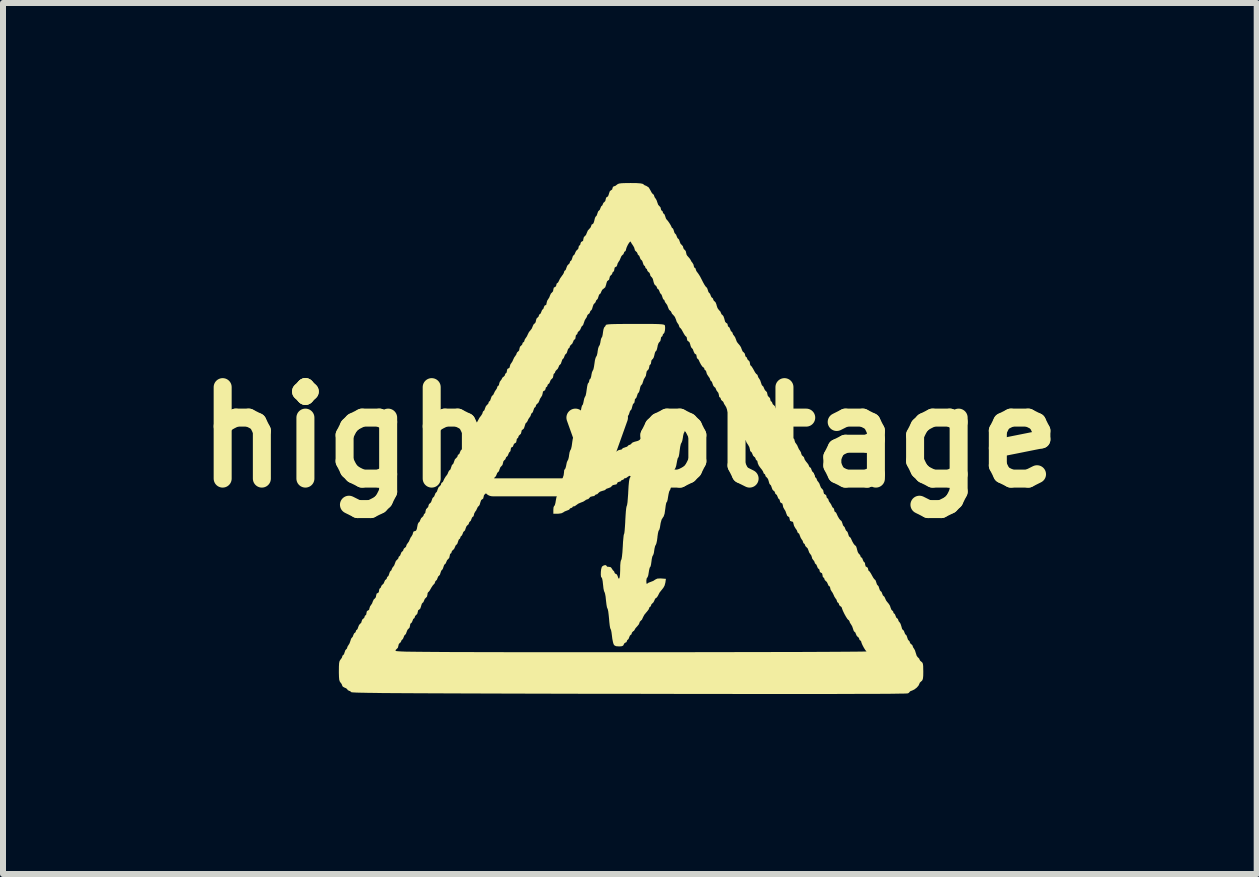
<source format=kicad_pcb>
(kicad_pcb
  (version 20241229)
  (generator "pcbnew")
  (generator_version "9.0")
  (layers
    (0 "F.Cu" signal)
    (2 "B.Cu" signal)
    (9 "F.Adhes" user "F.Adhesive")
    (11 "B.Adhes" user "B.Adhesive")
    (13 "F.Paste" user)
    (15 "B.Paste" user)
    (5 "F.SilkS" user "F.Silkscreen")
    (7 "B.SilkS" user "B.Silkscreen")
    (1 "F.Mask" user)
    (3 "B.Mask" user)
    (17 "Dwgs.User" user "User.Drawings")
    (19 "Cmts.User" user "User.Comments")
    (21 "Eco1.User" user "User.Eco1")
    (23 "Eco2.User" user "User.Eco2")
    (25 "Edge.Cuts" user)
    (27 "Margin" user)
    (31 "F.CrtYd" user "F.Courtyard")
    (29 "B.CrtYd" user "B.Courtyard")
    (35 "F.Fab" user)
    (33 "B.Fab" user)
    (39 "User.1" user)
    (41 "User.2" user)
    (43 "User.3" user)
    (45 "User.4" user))
  (footprint "high_voltage"
    (layer "F.Cu")
    (at 7.446 4.236)
    (property "Reference" "high_voltage" (at 0 0 0) (layer "F.SilkS") (effects (font (size 1.524 1.524) (thickness 0.3))))
    (attr board_only exclude_from_pos_files exclude_from_bom)
    (fp_poly (pts (xy 0.226 -1.888) (xy 0.336 -1.888) (xy 0.421 -1.887) (xy 0.483 -1.885) (xy 0.527 -1.882) (xy 0.556 -1.878) (xy 0.573 -1.873) (xy 0.581 -1.867) (xy 0.585 -1.859) (xy 0.588 -1.822) (xy 0.585 -1.78) (xy 0.576 -1.744) (xy 0.565 -1.727) (xy 0.563 -1.727) (xy 0.55 -1.714) (xy 0.549 -1.702) (xy 0.54 -1.681) (xy 0.533 -1.678) (xy 0.52 -1.664) (xy 0.516 -1.637) (xy 0.508 -1.603) (xy 0.494 -1.588) (xy 0.478 -1.568) (xy 0.464 -1.528) (xy 0.461 -1.508) (xy 0.451 -1.465) (xy 0.44 -1.439) (xy 0.435 -1.436) (xy 0.423 -1.422) (xy 0.412 -1.386) (xy 0.41 -1.373) (xy 0.398 -1.33) (xy 0.382 -1.303) (xy 0.377 -1.301) (xy 0.36 -1.28) (xy 0.355 -1.251) (xy 0.35 -1.221) (xy 0.339 -1.21) (xy 0.327 -1.196) (xy 0.323 -1.169) (xy 0.314 -1.135) (xy 0.299 -1.119) (xy 0.281 -1.098) (xy 0.274 -1.064) (xy 0.267 -1.023) (xy 0.252 -0.997) (xy 0.233 -0.966) (xy 0.219 -0.923) (xy 0.207 -0.888) (xy 0.194 -0.872) (xy 0.193 -0.871) (xy 0.181 -0.857) (xy 0.17 -0.822) (xy 0.168 -0.807) (xy 0.158 -0.767) (xy 0.148 -0.744) (xy 0.144 -0.742) (xy 0.132 -0.728) (xy 0.121 -0.695) (xy 0.121 -0.694) (xy 0.109 -0.66) (xy 0.096 -0.645) (xy 0.096 -0.645) (xy 0.084 -0.632) (xy 0.081 -0.605) (xy 0.075 -0.575) (xy 0.065 -0.565) (xy 0.052 -0.551) (xy 0.041 -0.516) (xy 0.039 -0.508) (xy 0.029 -0.471) (xy 0.018 -0.452) (xy 0.016 -0.452) (xy 0.003 -0.438) (xy -0.008 -0.404) (xy -0.008 -0.403) (xy -0.02 -0.37) (xy -0.033 -0.355) (xy -0.034 -0.355) (xy -0.045 -0.341) (xy -0.048 -0.316) (xy -0.058 -0.275) (xy -0.073 -0.252) (xy -0.091 -0.218) (xy -0.097 -0.186) (xy -0.104 -0.152) (xy -0.119 -0.136) (xy -0.136 -0.116) (xy -0.149 -0.076) (xy -0.152 -0.062) (xy -0.164 -0.014) (xy -0.182 0.022) (xy -0.186 0.027) (xy -0.206 0.061) (xy -0.21 0.082) (xy -0.216 0.107) (xy -0.225 0.113) (xy -0.238 0.127) (xy -0.249 0.162) (xy -0.252 0.173) (xy -0.263 0.216) (xy -0.278 0.243) (xy -0.281 0.246) (xy -0.285 0.256) (xy -0.271 0.258) (xy -0.238 0.247) (xy -0.22 0.234) (xy -0.185 0.214) (xy -0.163 0.21) (xy -0.136 0.204) (xy -0.129 0.195) (xy -0.115 0.181) (xy -0.082 0.17) (xy -0.081 0.169) (xy -0.047 0.158) (xy -0.032 0.144) (xy -0.032 0.144) (xy -0.019 0.131) (xy -0.008 0.129) (xy 0.019 0.116) (xy 0.026 0.105) (xy 0.047 0.087) (xy 0.087 0.073) (xy 0.098 0.071) (xy 0.139 0.059) (xy 0.166 0.042) (xy 0.168 0.038) (xy 0.189 0.021) (xy 0.217 0.016) (xy 0.248 0.011) (xy 0.258 0.000308) (xy 0.272 -0.015) (xy 0.299 -0.026) (xy 0.329 -0.038) (xy 0.339 -0.05) (xy 0.352 -0.063) (xy 0.364 -0.065) (xy 0.391 -0.078) (xy 0.398 -0.089) (xy 0.419 -0.107) (xy 0.446 -0.113) (xy 0.48 -0.122) (xy 0.494 -0.137) (xy 0.516 -0.156) (xy 0.541 -0.161) (xy 0.575 -0.168) (xy 0.589 -0.178) (xy 0.607 -0.188) (xy 0.613 -0.186) (xy 0.629 -0.191) (xy 0.635 -0.202) (xy 0.657 -0.223) (xy 0.669 -0.226) (xy 0.691 -0.234) (xy 0.694 -0.24) (xy 0.708 -0.252) (xy 0.743 -0.264) (xy 0.75 -0.265) (xy 0.788 -0.276) (xy 0.806 -0.289) (xy 0.807 -0.291) (xy 0.821 -0.301) (xy 0.857 -0.306) (xy 0.874 -0.307) (xy 0.94 -0.307) (xy 0.932 -0.2) (xy 0.925 -0.144) (xy 0.916 -0.102) (xy 0.908 -0.083) (xy 0.897 -0.062) (xy 0.887 -0.02) (xy 0.884 0.006) (xy 0.875 0.054) (xy 0.864 0.087) (xy 0.858 0.095) (xy 0.849 0.115) (xy 0.839 0.158) (xy 0.831 0.216) (xy 0.83 0.222) (xy 0.823 0.279) (xy 0.815 0.32) (xy 0.807 0.339) (xy 0.806 0.339) (xy 0.797 0.353) (xy 0.788 0.391) (xy 0.782 0.424) (xy 0.773 0.473) (xy 0.762 0.508) (xy 0.756 0.518) (xy 0.746 0.538) (xy 0.736 0.58) (xy 0.731 0.619) (xy 0.724 0.668) (xy 0.716 0.701) (xy 0.71 0.71) (xy 0.702 0.725) (xy 0.694 0.762) (xy 0.69 0.792) (xy 0.683 0.841) (xy 0.672 0.876) (xy 0.666 0.885) (xy 0.655 0.906) (xy 0.645 0.948) (xy 0.638 0.988) (xy 0.63 1.038) (xy 0.621 1.072) (xy 0.614 1.081) (xy 0.606 1.096) (xy 0.598 1.135) (xy 0.591 1.19) (xy 0.59 1.197) (xy 0.579 1.274) (xy 0.563 1.321) (xy 0.55 1.339) (xy 0.529 1.373) (xy 0.513 1.431) (xy 0.509 1.456) (xy 0.501 1.506) (xy 0.492 1.54) (xy 0.485 1.549) (xy 0.477 1.564) (xy 0.468 1.603) (xy 0.46 1.658) (xy 0.46 1.666) (xy 0.452 1.725) (xy 0.442 1.77) (xy 0.433 1.793) (xy 0.432 1.793) (xy 0.421 1.814) (xy 0.411 1.856) (xy 0.407 1.882) (xy 0.4 1.93) (xy 0.389 1.963) (xy 0.384 1.97) (xy 0.374 1.99) (xy 0.365 2.032) (xy 0.36 2.071) (xy 0.353 2.12) (xy 0.345 2.154) (xy 0.338 2.162) (xy 0.33 2.177) (xy 0.321 2.214) (xy 0.315 2.251) (xy 0.307 2.3) (xy 0.296 2.332) (xy 0.289 2.34) (xy 0.28 2.354) (xy 0.275 2.389) (xy 0.275 2.4) (xy 0.277 2.434) (xy 0.284 2.445) (xy 0.287 2.442) (xy 0.31 2.425) (xy 0.347 2.411) (xy 0.391 2.394) (xy 0.422 2.373) (xy 0.457 2.356) (xy 0.513 2.353) (xy 0.525 2.354) (xy 0.601 2.36) (xy 0.592 2.423) (xy 0.579 2.472) (xy 0.558 2.51) (xy 0.554 2.515) (xy 0.495 2.589) (xy 0.468 2.642) (xy 0.45 2.67) (xy 0.436 2.679) (xy 0.421 2.692) (xy 0.41 2.718) (xy 0.394 2.751) (xy 0.378 2.766) (xy 0.357 2.788) (xy 0.355 2.799) (xy 0.346 2.821) (xy 0.339 2.824) (xy 0.324 2.837) (xy 0.323 2.847) (xy 0.312 2.872) (xy 0.285 2.907) (xy 0.275 2.918) (xy 0.242 2.958) (xy 0.22 2.999) (xy 0.217 3.006) (xy 0.201 3.041) (xy 0.184 3.056) (xy 0.164 3.078) (xy 0.161 3.091) (xy 0.15 3.118) (xy 0.123 3.151) (xy 0.121 3.153) (xy 0.094 3.183) (xy 0.081 3.206) (xy 0.081 3.207) (xy 0.068 3.227) (xy 0.056 3.233) (xy 0.035 3.255) (xy 0.032 3.267) (xy 0.024 3.289) (xy 0.016 3.292) (xy 0.001 3.306) (xy -0.01 3.332) (xy -0.022 3.363) (xy -0.034 3.373) (xy -0.047 3.386) (xy -0.048 3.397) (xy -0.06 3.418) (xy -0.071 3.421) (xy -0.092 3.435) (xy -0.101 3.453) (xy -0.113 3.474) (xy -0.141 3.484) (xy -0.181 3.486) (xy -0.23 3.482) (xy -0.257 3.469) (xy -0.271 3.449) (xy -0.281 3.415) (xy -0.292 3.36) (xy -0.299 3.304) (xy -0.306 3.25) (xy -0.314 3.211) (xy -0.322 3.195) (xy -0.322 3.195) (xy -0.328 3.18) (xy -0.335 3.14) (xy -0.342 3.08) (xy -0.346 3.03) (xy -0.353 2.96) (xy -0.36 2.903) (xy -0.368 2.866) (xy -0.373 2.855) (xy -0.381 2.836) (xy -0.389 2.793) (xy -0.396 2.734) (xy -0.398 2.718) (xy -0.404 2.657) (xy -0.413 2.609) (xy -0.421 2.583) (xy -0.423 2.581) (xy -0.431 2.561) (xy -0.44 2.518) (xy -0.446 2.461) (xy -0.447 2.455) (xy -0.453 2.399) (xy -0.461 2.358) (xy -0.469 2.34) (xy -0.47 2.34) (xy -0.48 2.326) (xy -0.484 2.291) (xy -0.483 2.245) (xy -0.478 2.199) (xy -0.468 2.164) (xy -0.461 2.153) (xy -0.432 2.135) (xy -0.403 2.131) (xy -0.388 2.143) (xy -0.387 2.147) (xy -0.374 2.159) (xy -0.351 2.159) (xy -0.316 2.167) (xy -0.299 2.191) (xy -0.282 2.218) (xy -0.271 2.227) (xy -0.26 2.24) (xy -0.258 2.251) (xy -0.246 2.273) (xy -0.236 2.275) (xy -0.215 2.289) (xy -0.203 2.316) (xy -0.191 2.351) (xy -0.179 2.357) (xy -0.17 2.334) (xy -0.164 2.286) (xy -0.161 2.214) (xy -0.161 2.204) (xy -0.16 2.133) (xy -0.155 2.079) (xy -0.148 2.05) (xy -0.145 2.047) (xy -0.138 2.029) (xy -0.131 1.985) (xy -0.124 1.919) (xy -0.119 1.838) (xy -0.118 1.827) (xy -0.114 1.749) (xy -0.108 1.683) (xy -0.103 1.636) (xy -0.098 1.615) (xy -0.097 1.614) (xy -0.092 1.599) (xy -0.087 1.557) (xy -0.082 1.494) (xy -0.077 1.417) (xy -0.076 1.385) (xy -0.071 1.303) (xy -0.066 1.232) (xy -0.06 1.179) (xy -0.054 1.15) (xy -0.052 1.147) (xy -0.046 1.128) (xy -0.039 1.084) (xy -0.034 1.019) (xy -0.028 0.94) (xy -0.027 0.913) (xy -0.021 0.812) (xy -0.014 0.738) (xy -0.006 0.692) (xy 0.001 0.677) (xy 0.012 0.656) (xy 0.009 0.647) (xy -0.009 0.643) (xy -0.036 0.661) (xy -0.064 0.681) (xy -0.083 0.684) (xy -0.096 0.688) (xy -0.097 0.693) (xy -0.11 0.708) (xy -0.121 0.71) (xy -0.143 0.719) (xy -0.145 0.726) (xy -0.159 0.739) (xy -0.178 0.742) (xy -0.204 0.752) (xy -0.21 0.767) (xy -0.224 0.786) (xy -0.251 0.791) (xy -0.285 0.799) (xy -0.3 0.814) (xy -0.321 0.834) (xy -0.356 0.848) (xy -0.39 0.859) (xy -0.403 0.871) (xy -0.417 0.882) (xy -0.452 0.893) (xy -0.458 0.894) (xy -0.498 0.908) (xy -0.521 0.926) (xy -0.522 0.928) (xy -0.544 0.95) (xy -0.556 0.952) (xy -0.578 0.961) (xy -0.581 0.968) (xy -0.595 0.98) (xy -0.622 0.984) (xy -0.656 0.993) (xy -0.672 1.009) (xy -0.692 1.03) (xy -0.703 1.033) (xy -0.731 1.043) (xy -0.745 1.054) (xy -0.777 1.074) (xy -0.812 1.087) (xy -0.859 1.107) (xy -0.891 1.13) (xy -0.92 1.15) (xy -0.938 1.152) (xy -0.951 1.156) (xy -0.952 1.161) (xy -0.965 1.176) (xy -0.976 1.178) (xy -0.998 1.187) (xy -1.001 1.194) (xy -1.014 1.209) (xy -1.045 1.221) (xy -1.086 1.237) (xy -1.11 1.253) (xy -1.139 1.267) (xy -1.185 1.274) (xy -1.203 1.275) (xy -1.275 1.275) (xy -1.275 1.21) (xy -1.272 1.17) (xy -1.263 1.147) (xy -1.26 1.146) (xy -1.25 1.131) (xy -1.24 1.094) (xy -1.234 1.057) (xy -1.225 1.008) (xy -1.215 0.976) (xy -1.208 0.968) (xy -1.198 0.954) (xy -1.194 0.92) (xy -1.194 0.92) (xy -1.19 0.886) (xy -1.179 0.871) (xy -1.179 0.871) (xy -1.168 0.857) (xy -1.157 0.82) (xy -1.153 0.796) (xy -1.141 0.741) (xy -1.125 0.692) (xy -1.119 0.679) (xy -1.103 0.632) (xy -1.097 0.585) (xy -1.094 0.549) (xy -1.084 0.533) (xy -1.083 0.533) (xy -1.073 0.518) (xy -1.063 0.482) (xy -1.06 0.466) (xy -1.051 0.422) (xy -1.04 0.393) (xy -1.036 0.389) (xy -1.026 0.368) (xy -1.016 0.327) (xy -1.013 0.301) (xy -1.005 0.253) (xy -0.994 0.22) (xy -0.988 0.212) (xy -0.979 0.192) (xy -0.969 0.149) (xy -0.961 0.092) (xy -0.961 0.09) (xy -0.952 0.031) (xy -0.939 -0.018) (xy -0.926 -0.044) (xy -0.911 -0.075) (xy -0.904 -0.12) (xy -0.904 -0.121) (xy -0.899 -0.159) (xy -0.887 -0.18) (xy -0.886 -0.181) (xy -0.874 -0.199) (xy -0.864 -0.239) (xy -0.859 -0.271) (xy -0.853 -0.318) (xy -0.844 -0.349) (xy -0.839 -0.355) (xy -0.83 -0.37) (xy -0.821 -0.407) (xy -0.816 -0.444) (xy -0.807 -0.492) (xy -0.798 -0.525) (xy -0.792 -0.533) (xy -0.782 -0.547) (xy -0.773 -0.583) (xy -0.77 -0.599) (xy -0.761 -0.643) (xy -0.749 -0.672) (xy -0.746 -0.676) (xy -0.736 -0.696) (xy -0.727 -0.739) (xy -0.719 -0.795) (xy -0.711 -0.849) (xy -0.702 -0.888) (xy -0.693 -0.904) (xy -0.693 -0.904) (xy -0.681 -0.917) (xy -0.678 -0.936) (xy -0.672 -0.962) (xy -0.664 -0.968) (xy -0.653 -0.983) (xy -0.643 -1.018) (xy -0.641 -1.035) (xy -0.632 -1.079) (xy -0.62 -1.108) (xy -0.617 -1.112) (xy -0.607 -1.132) (xy -0.598 -1.174) (xy -0.59 -1.226) (xy -0.582 -1.282) (xy -0.571 -1.323) (xy -0.562 -1.341) (xy -0.55 -1.362) (xy -0.54 -1.404) (xy -0.537 -1.43) (xy -0.529 -1.478) (xy -0.518 -1.511) (xy -0.513 -1.519) (xy -0.501 -1.539) (xy -0.491 -1.58) (xy -0.489 -1.595) (xy -0.481 -1.636) (xy -0.471 -1.66) (xy -0.468 -1.662) (xy -0.46 -1.677) (xy -0.452 -1.714) (xy -0.448 -1.746) (xy -0.44 -1.795) (xy -0.429 -1.828) (xy -0.422 -1.836) (xy -0.405 -1.855) (xy -0.403 -1.865) (xy -0.399 -1.872) (xy -0.384 -1.877) (xy -0.355 -1.881) (xy -0.31 -1.884) (xy -0.244 -1.886) (xy -0.155 -1.887) (xy -0.039 -1.888) (xy 0.087 -1.888)) (stroke (width 0) (type solid)) (fill yes) (layer "F.SilkS"))
    (fp_poly (pts (xy 0.11 -4.235) (xy 0.178 -4.23) (xy 0.215 -4.222) (xy 0.223 -4.217) (xy 0.246 -4.199) (xy 0.275 -4.188) (xy 0.315 -4.162) (xy 0.343 -4.114) (xy 0.364 -4.075) (xy 0.382 -4.053) (xy 0.387 -4.05) (xy 0.402 -4.037) (xy 0.403 -4.027) (xy 0.414 -3.997) (xy 0.426 -3.982) (xy 0.445 -3.951) (xy 0.459 -3.91) (xy 0.473 -3.872) (xy 0.493 -3.851) (xy 0.493 -3.851) (xy 0.512 -3.829) (xy 0.516 -3.809) (xy 0.523 -3.782) (xy 0.533 -3.776) (xy 0.547 -3.763) (xy 0.549 -3.752) (xy 0.556 -3.73) (xy 0.563 -3.728) (xy 0.577 -3.714) (xy 0.589 -3.683) (xy 0.6 -3.648) (xy 0.61 -3.631) (xy 0.63 -3.609) (xy 0.656 -3.573) (xy 0.679 -3.536) (xy 0.693 -3.508) (xy 0.694 -3.502) (xy 0.705 -3.486) (xy 0.709 -3.486) (xy 0.722 -3.472) (xy 0.734 -3.438) (xy 0.734 -3.437) (xy 0.745 -3.403) (xy 0.758 -3.389) (xy 0.758 -3.389) (xy 0.771 -3.375) (xy 0.781 -3.348) (xy 0.794 -3.318) (xy 0.806 -3.308) (xy 0.819 -3.294) (xy 0.831 -3.261) (xy 0.845 -3.224) (xy 0.864 -3.205) (xy 0.884 -3.183) (xy 0.888 -3.165) (xy 0.899 -3.135) (xy 0.912 -3.125) (xy 0.931 -3.103) (xy 0.936 -3.082) (xy 0.945 -3.043) (xy 0.956 -3.025) (xy 0.995 -2.981) (xy 1.013 -2.954) (xy 1.017 -2.945) (xy 1.027 -2.926) (xy 1.041 -2.91) (xy 1.061 -2.876) (xy 1.065 -2.855) (xy 1.072 -2.83) (xy 1.081 -2.824) (xy 1.096 -2.811) (xy 1.097 -2.801) (xy 1.108 -2.77) (xy 1.118 -2.756) (xy 1.142 -2.724) (xy 1.17 -2.68) (xy 1.203 -2.616) (xy 1.218 -2.586) (xy 1.243 -2.541) (xy 1.264 -2.51) (xy 1.274 -2.501) (xy 1.287 -2.487) (xy 1.299 -2.454) (xy 1.299 -2.453) (xy 1.31 -2.419) (xy 1.323 -2.404) (xy 1.323 -2.404) (xy 1.336 -2.391) (xy 1.346 -2.364) (xy 1.359 -2.334) (xy 1.372 -2.324) (xy 1.386 -2.311) (xy 1.388 -2.299) (xy 1.401 -2.272) (xy 1.412 -2.265) (xy 1.43 -2.245) (xy 1.445 -2.205) (xy 1.446 -2.197) (xy 1.461 -2.152) (xy 1.484 -2.12) (xy 1.487 -2.117) (xy 1.511 -2.091) (xy 1.517 -2.072) (xy 1.53 -2.046) (xy 1.541 -2.039) (xy 1.559 -2.018) (xy 1.573 -1.979) (xy 1.576 -1.967) (xy 1.588 -1.924) (xy 1.605 -1.905) (xy 1.608 -1.904) (xy 1.626 -1.891) (xy 1.63 -1.872) (xy 1.636 -1.846) (xy 1.646 -1.84) (xy 1.661 -1.826) (xy 1.672 -1.799) (xy 1.684 -1.769) (xy 1.696 -1.759) (xy 1.709 -1.746) (xy 1.711 -1.737) (xy 1.722 -1.708) (xy 1.733 -1.696) (xy 1.754 -1.666) (xy 1.766 -1.635) (xy 1.781 -1.595) (xy 1.796 -1.572) (xy 1.832 -1.53) (xy 1.852 -1.499) (xy 1.863 -1.468) (xy 1.865 -1.463) (xy 1.88 -1.429) (xy 1.898 -1.414) (xy 1.916 -1.392) (xy 1.92 -1.372) (xy 1.927 -1.346) (xy 1.936 -1.339) (xy 1.951 -1.326) (xy 1.953 -1.315) (xy 1.966 -1.288) (xy 1.977 -1.281) (xy 1.996 -1.259) (xy 2.001 -1.233) (xy 2.006 -1.203) (xy 2.014 -1.194) (xy 2.028 -1.181) (xy 2.05 -1.147) (xy 2.064 -1.122) (xy 2.087 -1.08) (xy 2.107 -1.054) (xy 2.115 -1.049) (xy 2.129 -1.036) (xy 2.13 -1.026) (xy 2.141 -0.996) (xy 2.152 -0.981) (xy 2.172 -0.949) (xy 2.186 -0.907) (xy 2.198 -0.872) (xy 2.211 -0.855) (xy 2.212 -0.855) (xy 2.226 -0.842) (xy 2.236 -0.816) (xy 2.252 -0.783) (xy 2.269 -0.768) (xy 2.286 -0.747) (xy 2.291 -0.72) (xy 2.3 -0.687) (xy 2.316 -0.672) (xy 2.336 -0.65) (xy 2.34 -0.63) (xy 2.347 -0.603) (xy 2.356 -0.597) (xy 2.37 -0.584) (xy 2.372 -0.572) (xy 2.385 -0.545) (xy 2.395 -0.539) (xy 2.416 -0.518) (xy 2.428 -0.488) (xy 2.447 -0.446) (xy 2.468 -0.421) (xy 2.496 -0.385) (xy 2.509 -0.356) (xy 2.528 -0.316) (xy 2.544 -0.294) (xy 2.563 -0.26) (xy 2.566 -0.242) (xy 2.571 -0.215) (xy 2.578 -0.207) (xy 2.597 -0.189) (xy 2.622 -0.156) (xy 2.646 -0.118) (xy 2.661 -0.088) (xy 2.663 -0.081) (xy 2.675 -0.065) (xy 2.679 -0.065) (xy 2.691 -0.051) (xy 2.695 -0.024) (xy 2.703 0.008) (xy 2.719 0.016) (xy 2.739 0.03) (xy 2.743 0.047) (xy 2.754 0.085) (xy 2.765 0.1) (xy 2.788 0.133) (xy 2.8 0.161) (xy 2.818 0.201) (xy 2.834 0.222) (xy 2.853 0.256) (xy 2.856 0.274) (xy 2.868 0.303) (xy 2.88 0.312) (xy 2.902 0.334) (xy 2.905 0.347) (xy 2.915 0.375) (xy 2.94 0.411) (xy 2.945 0.416) (xy 2.972 0.45) (xy 2.985 0.477) (xy 2.985 0.48) (xy 2.995 0.499) (xy 3.001 0.5) (xy 3.017 0.514) (xy 3.027 0.541) (xy 3.039 0.571) (xy 3.05 0.581) (xy 3.063 0.595) (xy 3.074 0.628) (xy 3.074 0.629) (xy 3.086 0.663) (xy 3.099 0.678) (xy 3.1 0.678) (xy 3.113 0.691) (xy 3.114 0.7) (xy 3.126 0.729) (xy 3.138 0.741) (xy 3.158 0.771) (xy 3.171 0.807) (xy 3.186 0.843) (xy 3.204 0.861) (xy 3.222 0.883) (xy 3.227 0.911) (xy 3.236 0.944) (xy 3.252 0.952) (xy 3.271 0.966) (xy 3.276 0.984) (xy 3.283 1.011) (xy 3.292 1.017) (xy 3.307 1.03) (xy 3.308 1.04) (xy 3.319 1.07) (xy 3.33 1.085) (xy 3.353 1.118) (xy 3.364 1.142) (xy 3.378 1.17) (xy 3.39 1.178) (xy 3.402 1.192) (xy 3.405 1.21) (xy 3.411 1.237) (xy 3.419 1.243) (xy 3.436 1.256) (xy 3.444 1.271) (xy 3.464 1.316) (xy 3.488 1.357) (xy 3.509 1.383) (xy 3.518 1.388) (xy 3.53 1.402) (xy 3.542 1.435) (xy 3.542 1.436) (xy 3.553 1.47) (xy 3.566 1.485) (xy 3.566 1.485) (xy 3.579 1.498) (xy 3.589 1.525) (xy 3.602 1.555) (xy 3.614 1.565) (xy 3.627 1.579) (xy 3.639 1.613) (xy 3.639 1.614) (xy 3.65 1.648) (xy 3.662 1.662) (xy 3.663 1.662) (xy 3.678 1.675) (xy 3.686 1.69) (xy 3.707 1.737) (xy 3.731 1.778) (xy 3.752 1.803) (xy 3.761 1.807) (xy 3.772 1.822) (xy 3.783 1.857) (xy 3.786 1.871) (xy 3.798 1.913) (xy 3.814 1.94) (xy 3.818 1.943) (xy 3.838 1.965) (xy 3.841 1.976) (xy 3.849 1.998) (xy 3.856 2.001) (xy 3.872 2.015) (xy 3.882 2.041) (xy 3.895 2.072) (xy 3.907 2.082) (xy 3.918 2.096) (xy 3.921 2.122) (xy 3.93 2.154) (xy 3.946 2.162) (xy 3.965 2.176) (xy 3.97 2.195) (xy 3.975 2.221) (xy 3.983 2.227) (xy 3.997 2.24) (xy 4.019 2.274) (xy 4.033 2.3) (xy 4.056 2.341) (xy 4.075 2.367) (xy 4.083 2.372) (xy 4.095 2.386) (xy 4.107 2.42) (xy 4.107 2.421) (xy 4.118 2.454) (xy 4.131 2.469) (xy 4.131 2.469) (xy 4.144 2.483) (xy 4.155 2.516) (xy 4.155 2.517) (xy 4.167 2.551) (xy 4.18 2.566) (xy 4.181 2.566) (xy 4.195 2.579) (xy 4.205 2.606) (xy 4.217 2.636) (xy 4.229 2.647) (xy 4.243 2.66) (xy 4.253 2.682) (xy 4.27 2.72) (xy 4.283 2.738) (xy 4.316 2.778) (xy 4.335 2.809) (xy 4.346 2.843) (xy 4.347 2.845) (xy 4.36 2.877) (xy 4.373 2.889) (xy 4.388 2.902) (xy 4.389 2.913) (xy 4.397 2.934) (xy 4.404 2.937) (xy 4.418 2.951) (xy 4.428 2.977) (xy 4.441 3.008) (xy 4.454 3.018) (xy 4.469 3.031) (xy 4.47 3.04) (xy 4.481 3.069) (xy 4.493 3.081) (xy 4.511 3.109) (xy 4.525 3.152) (xy 4.526 3.155) (xy 4.536 3.192) (xy 4.549 3.211) (xy 4.551 3.211) (xy 4.566 3.225) (xy 4.576 3.252) (xy 4.588 3.282) (xy 4.6 3.292) (xy 4.612 3.306) (xy 4.623 3.339) (xy 4.623 3.34) (xy 4.635 3.374) (xy 4.649 3.389) (xy 4.649 3.389) (xy 4.662 3.402) (xy 4.664 3.414) (xy 4.677 3.44) (xy 4.688 3.448) (xy 4.709 3.467) (xy 4.712 3.478) (xy 4.723 3.507) (xy 4.734 3.521) (xy 4.751 3.551) (xy 4.765 3.596) (xy 4.767 3.601) (xy 4.78 3.642) (xy 4.798 3.667) (xy 4.801 3.669) (xy 4.822 3.689) (xy 4.825 3.699) (xy 4.837 3.723) (xy 4.857 3.74) (xy 4.873 3.754) (xy 4.883 3.775) (xy 4.888 3.812) (xy 4.889 3.87) (xy 4.89 3.902) (xy 4.889 3.972) (xy 4.885 4.017) (xy 4.877 4.044) (xy 4.864 4.062) (xy 4.857 4.067) (xy 4.832 4.091) (xy 4.825 4.108) (xy 4.812 4.137) (xy 4.782 4.172) (xy 4.742 4.203) (xy 4.705 4.221) (xy 4.675 4.232) (xy 4.664 4.242) (xy 4.651 4.258) (xy 4.635 4.268) (xy 4.616 4.27) (xy 4.565 4.272) (xy 4.481 4.273) (xy 4.366 4.275) (xy 4.219 4.276) (xy 4.041 4.277) (xy 3.831 4.277) (xy 3.59 4.278) (xy 3.318 4.279) (xy 3.016 4.279) (xy 2.682 4.279) (xy 2.319 4.279) (xy 1.924 4.279) (xy 1.5 4.278) (xy 1.045 4.278) (xy 0.561 4.277) (xy 0.047 4.276) (xy -0.015 4.276) (xy -0.488 4.276) (xy -0.931 4.275) (xy -1.342 4.274) (xy -1.725 4.273) (xy -2.079 4.272) (xy -2.405 4.271) (xy -2.705 4.27) (xy -2.979 4.269) (xy -3.228 4.268) (xy -3.453 4.267) (xy -3.656 4.266) (xy -3.836 4.265) (xy -3.996 4.264) (xy -4.135 4.263) (xy -4.256 4.261) (xy -4.358 4.26) (xy -4.443 4.258) (xy -4.511 4.257) (xy -4.565 4.255) (xy -4.603 4.253) (xy -4.629 4.251) (xy -4.641 4.249) (xy -4.643 4.248) (xy -4.663 4.23) (xy -4.674 4.228) (xy -4.7 4.215) (xy -4.706 4.205) (xy -4.727 4.184) (xy -4.754 4.173) (xy -4.783 4.157) (xy -4.793 4.14) (xy -4.803 4.112) (xy -4.821 4.089) (xy -4.834 4.07) (xy -4.843 4.041) (xy -4.847 3.995) (xy -4.849 3.925) (xy -4.849 3.897) (xy -4.848 3.819) (xy -4.845 3.766) (xy -4.838 3.732) (xy -4.826 3.711) (xy -4.821 3.705) (xy -4.799 3.675) (xy -4.793 3.654) (xy -4.784 3.633) (xy -4.778 3.631) (xy -4.764 3.617) (xy -4.753 3.583) (xy -4.752 3.582) (xy -4.744 3.558) (xy -3.905 3.558) (xy -3.903 3.56) (xy -3.895 3.563) (xy -3.881 3.565) (xy -3.859 3.567) (xy -3.828 3.569) (xy -3.786 3.571) (xy -3.734 3.573) (xy -3.669 3.574) (xy -3.591 3.575) (xy -3.497 3.576) (xy -3.388 3.577) (xy -3.262 3.578) (xy -3.118 3.579) (xy -2.954 3.58) (xy -2.769 3.58) (xy -2.563 3.581) (xy -2.334 3.581) (xy -2.081 3.582) (xy -1.802 3.582) (xy -1.498 3.582) (xy -1.165 3.582) (xy -0.804 3.582) (xy -0.413 3.582) (xy 0.009 3.582) (xy 0.028 3.582) (xy 0.382 3.582) (xy 0.727 3.582) (xy 1.062 3.582) (xy 1.385 3.581) (xy 1.696 3.581) (xy 1.993 3.58) (xy 2.274 3.58) (xy 2.538 3.579) (xy 2.783 3.579) (xy 3.009 3.578) (xy 3.214 3.577) (xy 3.397 3.576) (xy 3.555 3.575) (xy 3.689 3.574) (xy 3.796 3.573) (xy 3.875 3.572) (xy 3.924 3.571) (xy 3.943 3.57) (xy 3.944 3.57) (xy 3.924 3.547) (xy 3.899 3.507) (xy 3.875 3.461) (xy 3.859 3.423) (xy 3.857 3.409) (xy 3.847 3.39) (xy 3.841 3.389) (xy 3.826 3.376) (xy 3.825 3.364) (xy 3.812 3.337) (xy 3.802 3.331) (xy 3.781 3.31) (xy 3.769 3.283) (xy 3.757 3.253) (xy 3.745 3.244) (xy 3.732 3.23) (xy 3.72 3.196) (xy 3.719 3.192) (xy 3.704 3.149) (xy 3.685 3.118) (xy 3.666 3.089) (xy 3.663 3.075) (xy 3.65 3.05) (xy 3.641 3.045) (xy 3.624 3.027) (xy 3.6 2.989) (xy 3.574 2.942) (xy 3.551 2.894) (xy 3.536 2.856) (xy 3.534 2.843) (xy 3.521 2.824) (xy 3.51 2.818) (xy 3.488 2.797) (xy 3.486 2.784) (xy 3.477 2.762) (xy 3.47 2.759) (xy 3.455 2.746) (xy 3.453 2.736) (xy 3.443 2.706) (xy 3.431 2.691) (xy 3.409 2.658) (xy 3.397 2.63) (xy 3.378 2.591) (xy 3.362 2.569) (xy 3.343 2.535) (xy 3.34 2.516) (xy 3.334 2.491) (xy 3.325 2.485) (xy 3.309 2.471) (xy 3.299 2.446) (xy 3.283 2.412) (xy 3.266 2.398) (xy 3.246 2.376) (xy 3.244 2.365) (xy 3.235 2.343) (xy 3.227 2.34) (xy 3.215 2.326) (xy 3.211 2.3) (xy 3.203 2.267) (xy 3.187 2.259) (xy 3.167 2.246) (xy 3.163 2.227) (xy 3.156 2.201) (xy 3.147 2.195) (xy 3.132 2.181) (xy 3.121 2.154) (xy 3.109 2.124) (xy 3.097 2.114) (xy 3.084 2.101) (xy 3.082 2.092) (xy 3.071 2.063) (xy 3.058 2.049) (xy 3.037 2.019) (xy 3.034 2.001) (xy 3.022 1.967) (xy 3.011 1.953) (xy 2.99 1.924) (xy 2.977 1.888) (xy 2.963 1.852) (xy 2.944 1.833) (xy 2.923 1.812) (xy 2.921 1.8) (xy 2.912 1.778) (xy 2.905 1.775) (xy 2.89 1.762) (xy 2.889 1.752) (xy 2.878 1.722) (xy 2.867 1.708) (xy 2.847 1.676) (xy 2.834 1.642) (xy 2.822 1.61) (xy 2.808 1.598) (xy 2.793 1.585) (xy 2.792 1.576) (xy 2.782 1.549) (xy 2.759 1.517) (xy 2.736 1.477) (xy 2.727 1.442) (xy 2.719 1.411) (xy 2.695 1.404) (xy 2.67 1.394) (xy 2.663 1.364) (xy 2.655 1.332) (xy 2.64 1.323) (xy 2.622 1.309) (xy 2.609 1.275) (xy 2.608 1.274) (xy 2.593 1.23) (xy 2.574 1.2) (xy 2.555 1.165) (xy 2.55 1.137) (xy 2.541 1.105) (xy 2.525 1.097) (xy 2.506 1.084) (xy 2.501 1.065) (xy 2.495 1.039) (xy 2.487 1.033) (xy 2.473 1.019) (xy 2.462 0.992) (xy 2.449 0.962) (xy 2.436 0.952) (xy 2.422 0.939) (xy 2.421 0.927) (xy 2.408 0.9) (xy 2.397 0.894) (xy 2.377 0.873) (xy 2.364 0.838) (xy 2.352 0.804) (xy 2.339 0.791) (xy 2.327 0.777) (xy 2.316 0.742) (xy 2.315 0.735) (xy 2.302 0.696) (xy 2.284 0.672) (xy 2.282 0.671) (xy 2.261 0.65) (xy 2.259 0.638) (xy 2.251 0.616) (xy 2.243 0.613) (xy 2.228 0.6) (xy 2.227 0.591) (xy 2.217 0.566) (xy 2.192 0.53) (xy 2.179 0.515) (xy 2.149 0.473) (xy 2.132 0.434) (xy 2.13 0.424) (xy 2.124 0.395) (xy 2.114 0.387) (xy 2.1 0.374) (xy 2.098 0.363) (xy 2.085 0.335) (xy 2.075 0.329) (xy 2.054 0.308) (xy 2.043 0.281) (xy 2.03 0.252) (xy 2.017 0.242) (xy 2.005 0.228) (xy 2.001 0.204) (xy 1.991 0.164) (xy 1.969 0.125) (xy 1.946 0.091) (xy 1.936 0.066) (xy 1.936 0.066) (xy 1.926 0.049) (xy 1.921 0.048) (xy 1.905 0.035) (xy 1.895 0.013) (xy 1.876 -0.026) (xy 1.862 -0.045) (xy 1.843 -0.078) (xy 1.84 -0.096) (xy 1.828 -0.126) (xy 1.815 -0.135) (xy 1.794 -0.157) (xy 1.791 -0.169) (xy 1.783 -0.191) (xy 1.776 -0.194) (xy 1.763 -0.208) (xy 1.751 -0.242) (xy 1.75 -0.25) (xy 1.733 -0.295) (xy 1.709 -0.315) (xy 1.684 -0.332) (xy 1.678 -0.346) (xy 1.667 -0.374) (xy 1.655 -0.386) (xy 1.635 -0.415) (xy 1.621 -0.456) (xy 1.606 -0.499) (xy 1.588 -0.529) (xy 1.569 -0.558) (xy 1.565 -0.572) (xy 1.552 -0.596) (xy 1.541 -0.603) (xy 1.52 -0.624) (xy 1.517 -0.637) (xy 1.508 -0.659) (xy 1.501 -0.662) (xy 1.488 -0.675) (xy 1.485 -0.7) (xy 1.475 -0.739) (xy 1.46 -0.758) (xy 1.44 -0.786) (xy 1.436 -0.801) (xy 1.423 -0.827) (xy 1.413 -0.833) (xy 1.393 -0.854) (xy 1.379 -0.889) (xy 1.368 -0.922) (xy 1.354 -0.936) (xy 1.341 -0.949) (xy 1.339 -0.958) (xy 1.33 -0.985) (xy 1.307 -1.017) (xy 1.284 -1.053) (xy 1.275 -1.084) (xy 1.268 -1.109) (xy 1.259 -1.113) (xy 1.244 -1.127) (xy 1.243 -1.138) (xy 1.234 -1.159) (xy 1.227 -1.162) (xy 1.21 -1.175) (xy 1.186 -1.209) (xy 1.162 -1.254) (xy 1.152 -1.279) (xy 1.137 -1.303) (xy 1.128 -1.307) (xy 1.117 -1.321) (xy 1.113 -1.347) (xy 1.107 -1.376) (xy 1.095 -1.384) (xy 1.079 -1.395) (xy 1.064 -1.427) (xy 1.062 -1.432) (xy 1.049 -1.468) (xy 1.034 -1.484) (xy 1.033 -1.485) (xy 1.021 -1.499) (xy 1.009 -1.533) (xy 1.008 -1.541) (xy 0.995 -1.58) (xy 0.977 -1.597) (xy 0.975 -1.598) (xy 0.957 -1.612) (xy 0.952 -1.638) (xy 0.947 -1.668) (xy 0.937 -1.678) (xy 0.922 -1.691) (xy 0.9 -1.725) (xy 0.886 -1.751) (xy 0.863 -1.793) (xy 0.843 -1.819) (xy 0.836 -1.824) (xy 0.824 -1.837) (xy 0.823 -1.847) (xy 0.812 -1.877) (xy 0.801 -1.892) (xy 0.781 -1.923) (xy 0.768 -1.962) (xy 0.75 -2.005) (xy 0.726 -2.034) (xy 0.701 -2.06) (xy 0.694 -2.078) (xy 0.681 -2.102) (xy 0.671 -2.108) (xy 0.651 -2.129) (xy 0.637 -2.163) (xy 0.622 -2.203) (xy 0.604 -2.228) (xy 0.584 -2.255) (xy 0.581 -2.269) (xy 0.572 -2.289) (xy 0.566 -2.291) (xy 0.553 -2.305) (xy 0.541 -2.339) (xy 0.541 -2.34) (xy 0.529 -2.374) (xy 0.517 -2.388) (xy 0.517 -2.388) (xy 0.504 -2.402) (xy 0.494 -2.429) (xy 0.481 -2.459) (xy 0.468 -2.469) (xy 0.454 -2.482) (xy 0.452 -2.494) (xy 0.439 -2.521) (xy 0.428 -2.528) (xy 0.409 -2.548) (xy 0.395 -2.588) (xy 0.393 -2.599) (xy 0.382 -2.641) (xy 0.365 -2.667) (xy 0.361 -2.669) (xy 0.342 -2.691) (xy 0.339 -2.709) (xy 0.328 -2.739) (xy 0.315 -2.749) (xy 0.293 -2.771) (xy 0.29 -2.783) (xy 0.282 -2.805) (xy 0.274 -2.808) (xy 0.26 -2.821) (xy 0.258 -2.832) (xy 0.25 -2.854) (xy 0.243 -2.856) (xy 0.23 -2.87) (xy 0.218 -2.904) (xy 0.218 -2.905) (xy 0.206 -2.939) (xy 0.193 -2.953) (xy 0.193 -2.953) (xy 0.178 -2.967) (xy 0.168 -2.993) (xy 0.156 -3.024) (xy 0.143 -3.034) (xy 0.131 -3.047) (xy 0.129 -3.059) (xy 0.116 -3.085) (xy 0.105 -3.093) (xy 0.084 -3.115) (xy 0.081 -3.13) (xy 0.071 -3.163) (xy 0.051 -3.197) (xy 0.027 -3.232) (xy 0.014 -3.259) (xy 0.004 -3.259) (xy -0.014 -3.238) (xy -0.034 -3.205) (xy -0.052 -3.167) (xy -0.063 -3.134) (xy -0.065 -3.122) (xy -0.073 -3.101) (xy -0.081 -3.098) (xy -0.095 -3.085) (xy -0.097 -3.074) (xy -0.11 -3.046) (xy -0.12 -3.04) (xy -0.14 -3.019) (xy -0.153 -2.99) (xy -0.17 -2.949) (xy -0.186 -2.926) (xy -0.206 -2.891) (xy -0.21 -2.871) (xy -0.22 -2.846) (xy -0.234 -2.84) (xy -0.253 -2.826) (xy -0.258 -2.8) (xy -0.264 -2.769) (xy -0.274 -2.759) (xy -0.289 -2.746) (xy -0.29 -2.735) (xy -0.304 -2.708) (xy -0.315 -2.701) (xy -0.333 -2.679) (xy -0.339 -2.653) (xy -0.347 -2.623) (xy -0.361 -2.614) (xy -0.379 -2.599) (xy -0.392 -2.56) (xy -0.393 -2.551) (xy -0.41 -2.499) (xy -0.434 -2.478) (xy -0.461 -2.456) (xy -0.475 -2.428) (xy -0.487 -2.398) (xy -0.499 -2.388) (xy -0.513 -2.374) (xy -0.524 -2.341) (xy -0.524 -2.34) (xy -0.536 -2.306) (xy -0.55 -2.291) (xy -0.55 -2.291) (xy -0.563 -2.278) (xy -0.565 -2.267) (xy -0.578 -2.24) (xy -0.587 -2.233) (xy -0.605 -2.213) (xy -0.619 -2.174) (xy -0.62 -2.169) (xy -0.631 -2.133) (xy -0.644 -2.114) (xy -0.646 -2.114) (xy -0.66 -2.101) (xy -0.662 -2.089) (xy -0.675 -2.062) (xy -0.686 -2.055) (xy -0.707 -2.036) (xy -0.71 -2.025) (xy -0.721 -1.996) (xy -0.732 -1.981) (xy -0.751 -1.95) (xy -0.766 -1.907) (xy -0.778 -1.872) (xy -0.791 -1.856) (xy -0.792 -1.856) (xy -0.806 -1.842) (xy -0.816 -1.817) (xy -0.832 -1.783) (xy -0.849 -1.769) (xy -0.869 -1.747) (xy -0.871 -1.735) (xy -0.88 -1.713) (xy -0.888 -1.711) (xy -0.9 -1.697) (xy -0.904 -1.67) (xy -0.909 -1.64) (xy -0.92 -1.63) (xy -0.935 -1.616) (xy -0.945 -1.591) (xy -0.961 -1.557) (xy -0.978 -1.543) (xy -0.998 -1.521) (xy -1.001 -1.509) (xy -1.008 -1.488) (xy -1.015 -1.485) (xy -1.029 -1.471) (xy -1.041 -1.437) (xy -1.041 -1.436) (xy -1.052 -1.402) (xy -1.066 -1.388) (xy -1.066 -1.388) (xy -1.08 -1.374) (xy -1.091 -1.347) (xy -1.103 -1.317) (xy -1.114 -1.307) (xy -1.126 -1.293) (xy -1.137 -1.26) (xy -1.138 -1.259) (xy -1.149 -1.225) (xy -1.163 -1.21) (xy -1.163 -1.21) (xy -1.177 -1.197) (xy -1.187 -1.171) (xy -1.203 -1.138) (xy -1.22 -1.123) (xy -1.24 -1.101) (xy -1.243 -1.09) (xy -1.251 -1.068) (xy -1.259 -1.065) (xy -1.271 -1.051) (xy -1.275 -1.024) (xy -1.283 -0.99) (xy -1.298 -0.975) (xy -1.319 -0.954) (xy -1.33 -0.927) (xy -1.343 -0.897) (xy -1.356 -0.888) (xy -1.37 -0.874) (xy -1.372 -0.863) (xy -1.38 -0.842) (xy -1.388 -0.839) (xy -1.401 -0.826) (xy -1.404 -0.807) (xy -1.414 -0.781) (xy -1.428 -0.775) (xy -1.448 -0.761) (xy -1.452 -0.735) (xy -1.462 -0.695) (xy -1.476 -0.673) (xy -1.498 -0.639) (xy -1.509 -0.608) (xy -1.525 -0.574) (xy -1.543 -0.558) (xy -1.563 -0.537) (xy -1.565 -0.525) (xy -1.573 -0.503) (xy -1.58 -0.5) (xy -1.594 -0.486) (xy -1.605 -0.453) (xy -1.606 -0.452) (xy -1.617 -0.418) (xy -1.631 -0.403) (xy -1.631 -0.403) (xy -1.645 -0.39) (xy -1.646 -0.38) (xy -1.657 -0.35) (xy -1.668 -0.335) (xy -1.691 -0.302) (xy -1.701 -0.278) (xy -1.716 -0.25) (xy -1.727 -0.242) (xy -1.739 -0.228) (xy -1.75 -0.193) (xy -1.752 -0.186) (xy -1.765 -0.147) (xy -1.783 -0.129) (xy -1.785 -0.129) (xy -1.802 -0.115) (xy -1.807 -0.09) (xy -1.816 -0.057) (xy -1.832 -0.043) (xy -1.853 -0.021) (xy -1.856 -0.009) (xy -1.864 0.013) (xy -1.872 0.016) (xy -1.884 0.03) (xy -1.888 0.056) (xy -1.896 0.088) (xy -1.911 0.097) (xy -1.931 0.111) (xy -1.94 0.133) (xy -1.951 0.16) (xy -1.965 0.165) (xy -1.98 0.176) (xy -1.985 0.202) (xy -1.99 0.232) (xy -1.999 0.242) (xy -2.013 0.256) (xy -2.024 0.282) (xy -2.037 0.313) (xy -2.05 0.323) (xy -2.064 0.336) (xy -2.066 0.347) (xy -2.079 0.374) (xy -2.09 0.381) (xy -2.108 0.403) (xy -2.114 0.43) (xy -2.123 0.463) (xy -2.137 0.478) (xy -2.157 0.499) (xy -2.171 0.534) (xy -2.182 0.567) (xy -2.196 0.581) (xy -2.21 0.595) (xy -2.22 0.621) (xy -2.233 0.651) (xy -2.245 0.662) (xy -2.258 0.675) (xy -2.259 0.685) (xy -2.27 0.715) (xy -2.281 0.729) (xy -2.301 0.761) (xy -2.313 0.795) (xy -2.326 0.827) (xy -2.34 0.839) (xy -2.354 0.852) (xy -2.356 0.863) (xy -2.365 0.885) (xy -2.372 0.888) (xy -2.386 0.901) (xy -2.388 0.912) (xy -2.401 0.939) (xy -2.413 0.946) (xy -2.431 0.968) (xy -2.437 0.994) (xy -2.445 1.024) (xy -2.459 1.033) (xy -2.477 1.047) (xy -2.491 1.084) (xy -2.492 1.089) (xy -2.503 1.126) (xy -2.515 1.145) (xy -2.517 1.146) (xy -2.532 1.159) (xy -2.543 1.181) (xy -2.561 1.22) (xy -2.576 1.239) (xy -2.595 1.274) (xy -2.598 1.292) (xy -2.605 1.318) (xy -2.614 1.323) (xy -2.629 1.337) (xy -2.64 1.364) (xy -2.652 1.394) (xy -2.664 1.404) (xy -2.677 1.417) (xy -2.679 1.429) (xy -2.692 1.456) (xy -2.702 1.462) (xy -2.722 1.483) (xy -2.736 1.518) (xy -2.747 1.552) (xy -2.76 1.565) (xy -2.775 1.579) (xy -2.785 1.606) (xy -2.798 1.636) (xy -2.81 1.646) (xy -2.822 1.659) (xy -2.824 1.67) (xy -2.832 1.692) (xy -2.839 1.694) (xy -2.852 1.708) (xy -2.864 1.742) (xy -2.864 1.743) (xy -2.876 1.777) (xy -2.889 1.791) (xy -2.89 1.791) (xy -2.904 1.805) (xy -2.914 1.83) (xy -2.93 1.864) (xy -2.947 1.878) (xy -2.967 1.9) (xy -2.969 1.912) (xy -2.978 1.934) (xy -2.985 1.936) (xy -2.997 1.95) (xy -3.002 1.977) (xy -3.01 2.011) (xy -3.024 2.027) (xy -3.045 2.048) (xy -3.057 2.075) (xy -3.069 2.104) (xy -3.081 2.114) (xy -3.094 2.128) (xy -3.106 2.161) (xy -3.106 2.162) (xy -3.118 2.196) (xy -3.13 2.211) (xy -3.131 2.211) (xy -3.143 2.225) (xy -3.155 2.258) (xy -3.155 2.259) (xy -3.166 2.293) (xy -3.18 2.308) (xy -3.18 2.308) (xy -3.194 2.321) (xy -3.205 2.348) (xy -3.217 2.378) (xy -3.229 2.388) (xy -3.242 2.401) (xy -3.244 2.412) (xy -3.256 2.441) (xy -3.264 2.448) (xy -3.284 2.47) (xy -3.309 2.508) (xy -3.316 2.521) (xy -3.338 2.559) (xy -3.356 2.58) (xy -3.36 2.582) (xy -3.37 2.596) (xy -3.373 2.623) (xy -3.381 2.657) (xy -3.395 2.672) (xy -3.417 2.694) (xy -3.428 2.72) (xy -3.441 2.75) (xy -3.453 2.759) (xy -3.466 2.774) (xy -3.477 2.808) (xy -3.479 2.816) (xy -3.492 2.855) (xy -3.509 2.872) (xy -3.512 2.872) (xy -3.529 2.886) (xy -3.534 2.911) (xy -3.543 2.945) (xy -3.558 2.959) (xy -3.58 2.981) (xy -3.582 2.993) (xy -3.59 3.015) (xy -3.597 3.018) (xy -3.611 3.031) (xy -3.621 3.058) (xy -3.634 3.088) (xy -3.647 3.098) (xy -3.659 3.112) (xy -3.663 3.139) (xy -3.671 3.173) (xy -3.686 3.189) (xy -3.706 3.21) (xy -3.72 3.245) (xy -3.732 3.278) (xy -3.745 3.292) (xy -3.759 3.306) (xy -3.769 3.332) (xy -3.782 3.363) (xy -3.794 3.373) (xy -3.807 3.386) (xy -3.808 3.395) (xy -3.821 3.42) (xy -3.833 3.427) (xy -3.851 3.449) (xy -3.857 3.475) (xy -3.866 3.509) (xy -3.881 3.524) (xy -3.902 3.545) (xy -3.905 3.558) (xy -4.744 3.558) (xy -4.741 3.549) (xy -4.727 3.534) (xy -4.727 3.534) (xy -4.714 3.521) (xy -4.712 3.511) (xy -4.701 3.481) (xy -4.69 3.466) (xy -4.671 3.435) (xy -4.656 3.392) (xy -4.645 3.357) (xy -4.633 3.341) (xy -4.632 3.34) (xy -4.619 3.327) (xy -4.609 3.3) (xy -4.596 3.27) (xy -4.583 3.26) (xy -4.569 3.247) (xy -4.567 3.236) (xy -4.559 3.214) (xy -4.552 3.211) (xy -4.538 3.197) (xy -4.527 3.164) (xy -4.512 3.128) (xy -4.493 3.108) (xy -4.474 3.087) (xy -4.47 3.068) (xy -4.459 3.038) (xy -4.446 3.028) (xy -4.424 3.006) (xy -4.422 2.994) (xy -4.413 2.972) (xy -4.405 2.969) (xy -4.393 2.955) (xy -4.389 2.929) (xy -4.381 2.896) (xy -4.365 2.889) (xy -4.345 2.875) (xy -4.341 2.857) (xy -4.33 2.82) (xy -4.318 2.803) (xy -4.295 2.769) (xy -4.284 2.738) (xy -4.268 2.704) (xy -4.251 2.689) (xy -4.233 2.667) (xy -4.228 2.639) (xy -4.22 2.606) (xy -4.204 2.598) (xy -4.184 2.584) (xy -4.18 2.558) (xy -4.174 2.527) (xy -4.163 2.517) (xy -4.149 2.504) (xy -4.147 2.493) (xy -4.134 2.466) (xy -4.125 2.459) (xy -4.103 2.438) (xy -4.092 2.411) (xy -4.079 2.382) (xy -4.066 2.372) (xy -4.052 2.359) (xy -4.05 2.348) (xy -4.042 2.326) (xy -4.036 2.324) (xy -4.022 2.31) (xy -4.01 2.276) (xy -4.01 2.275) (xy -3.998 2.241) (xy -3.985 2.227) (xy -3.985 2.227) (xy -3.971 2.214) (xy -3.97 2.205) (xy -3.958 2.176) (xy -3.947 2.163) (xy -3.926 2.134) (xy -3.913 2.098) (xy -3.899 2.062) (xy -3.88 2.043) (xy -3.859 2.021) (xy -3.857 2.01) (xy -3.849 1.988) (xy -3.842 1.985) (xy -3.828 1.971) (xy -3.818 1.945) (xy -3.805 1.914) (xy -3.792 1.904) (xy -3.778 1.891) (xy -3.776 1.879) (xy -3.763 1.853) (xy -3.752 1.845) (xy -3.73 1.826) (xy -3.728 1.815) (xy -3.717 1.786) (xy -3.706 1.771) (xy -3.683 1.739) (xy -3.671 1.711) (xy -3.653 1.671) (xy -3.637 1.65) (xy -3.618 1.615) (xy -3.615 1.596) (xy -3.603 1.57) (xy -3.584 1.565) (xy -3.564 1.558) (xy -3.55 1.53) (xy -3.543 1.493) (xy -3.534 1.449) (xy -3.522 1.423) (xy -3.517 1.42) (xy -3.503 1.406) (xy -3.493 1.381) (xy -3.477 1.347) (xy -3.46 1.333) (xy -3.44 1.311) (xy -3.437 1.3) (xy -3.429 1.278) (xy -3.421 1.275) (xy -3.409 1.261) (xy -3.405 1.234) (xy -3.396 1.2) (xy -3.381 1.184) (xy -3.36 1.162) (xy -3.357 1.144) (xy -3.346 1.113) (xy -3.333 1.104) (xy -3.313 1.083) (xy -3.3 1.048) (xy -3.288 1.014) (xy -3.275 1.001) (xy -3.261 0.987) (xy -3.25 0.96) (xy -3.238 0.93) (xy -3.227 0.92) (xy -3.215 0.906) (xy -3.204 0.873) (xy -3.189 0.836) (xy -3.17 0.817) (xy -3.149 0.795) (xy -3.147 0.783) (xy -3.139 0.761) (xy -3.133 0.758) (xy -3.116 0.745) (xy -3.109 0.73) (xy -3.092 0.693) (xy -3.068 0.654) (xy -3.048 0.629) (xy -3.036 0.609) (xy -3.027 0.585) (xy -3.013 0.557) (xy -3.002 0.549) (xy -2.989 0.535) (xy -2.978 0.501) (xy -2.977 0.5) (xy -2.966 0.466) (xy -2.953 0.452) (xy -2.953 0.452) (xy -2.94 0.438) (xy -2.929 0.405) (xy -2.915 0.368) (xy -2.896 0.349) (xy -2.875 0.327) (xy -2.872 0.315) (xy -2.864 0.293) (xy -2.857 0.29) (xy -2.841 0.277) (xy -2.831 0.25) (xy -2.818 0.22) (xy -2.806 0.21) (xy -2.795 0.196) (xy -2.792 0.169) (xy -2.784 0.135) (xy -2.769 0.119) (xy -2.748 0.098) (xy -2.736 0.071) (xy -2.724 0.042) (xy -2.712 0.032) (xy -2.699 0.018) (xy -2.687 -0.015) (xy -2.687 -0.015) (xy -2.67 -0.053) (xy -2.645 -0.073) (xy -2.619 -0.096) (xy -2.614 -0.121) (xy -2.607 -0.155) (xy -2.596 -0.17) (xy -2.578 -0.192) (xy -2.557 -0.229) (xy -2.556 -0.232) (xy -2.507 -0.323) (xy -2.473 -0.368) (xy -2.456 -0.398) (xy -2.453 -0.413) (xy -2.444 -0.433) (xy -2.438 -0.436) (xy -2.424 -0.45) (xy -2.413 -0.483) (xy -2.398 -0.519) (xy -2.379 -0.539) (xy -2.358 -0.561) (xy -2.356 -0.572) (xy -2.348 -0.594) (xy -2.341 -0.597) (xy -2.328 -0.611) (xy -2.316 -0.645) (xy -2.316 -0.645) (xy -2.304 -0.679) (xy -2.292 -0.694) (xy -2.291 -0.694) (xy -2.276 -0.707) (xy -2.266 -0.729) (xy -2.247 -0.768) (xy -2.233 -0.787) (xy -2.214 -0.817) (xy -2.211 -0.832) (xy -2.202 -0.853) (xy -2.195 -0.855) (xy -2.181 -0.869) (xy -2.179 -0.886) (xy -2.168 -0.923) (xy -2.154 -0.942) (xy -2.135 -0.968) (xy -2.13 -0.981) (xy -2.117 -1) (xy -2.106 -1.006) (xy -2.084 -1.028) (xy -2.082 -1.04) (xy -2.073 -1.062) (xy -2.066 -1.065) (xy -2.053 -1.079) (xy -2.049 -1.105) (xy -2.041 -1.138) (xy -2.025 -1.146) (xy -2.005 -1.159) (xy -2.001 -1.177) (xy -1.99 -1.215) (xy -1.979 -1.23) (xy -1.957 -1.263) (xy -1.945 -1.291) (xy -1.926 -1.331) (xy -1.91 -1.352) (xy -1.891 -1.381) (xy -1.888 -1.395) (xy -1.875 -1.419) (xy -1.864 -1.426) (xy -1.845 -1.447) (xy -1.84 -1.474) (xy -1.831 -1.508) (xy -1.815 -1.523) (xy -1.794 -1.544) (xy -1.791 -1.557) (xy -1.783 -1.579) (xy -1.775 -1.581) (xy -1.761 -1.594) (xy -1.759 -1.605) (xy -1.748 -1.635) (xy -1.737 -1.65) (xy -1.715 -1.682) (xy -1.702 -1.711) (xy -1.681 -1.753) (xy -1.661 -1.776) (xy -1.634 -1.811) (xy -1.621 -1.843) (xy -1.606 -1.878) (xy -1.588 -1.894) (xy -1.57 -1.916) (xy -1.565 -1.942) (xy -1.556 -1.976) (xy -1.541 -1.991) (xy -1.52 -2.012) (xy -1.517 -2.025) (xy -1.509 -2.047) (xy -1.501 -2.049) (xy -1.486 -2.063) (xy -1.475 -2.09) (xy -1.463 -2.12) (xy -1.452 -2.13) (xy -1.439 -2.144) (xy -1.433 -2.166) (xy -1.421 -2.193) (xy -1.408 -2.199) (xy -1.392 -2.209) (xy -1.388 -2.234) (xy -1.378 -2.274) (xy -1.364 -2.296) (xy -1.342 -2.33) (xy -1.331 -2.361) (xy -1.315 -2.395) (xy -1.298 -2.411) (xy -1.28 -2.432) (xy -1.275 -2.46) (xy -1.267 -2.493) (xy -1.251 -2.501) (xy -1.231 -2.515) (xy -1.226 -2.534) (xy -1.22 -2.56) (xy -1.212 -2.566) (xy -1.196 -2.579) (xy -1.188 -2.594) (xy -1.163 -2.645) (xy -1.125 -2.699) (xy -1.118 -2.707) (xy -1.1 -2.738) (xy -1.097 -2.753) (xy -1.089 -2.773) (xy -1.082 -2.776) (xy -1.069 -2.789) (xy -1.057 -2.823) (xy -1.043 -2.859) (xy -1.024 -2.879) (xy -1.003 -2.9) (xy -1.001 -2.912) (xy -0.993 -2.934) (xy -0.986 -2.937) (xy -0.972 -2.951) (xy -0.96 -2.984) (xy -0.96 -2.985) (xy -0.949 -3.019) (xy -0.935 -3.034) (xy -0.935 -3.034) (xy -0.921 -3.047) (xy -0.911 -3.073) (xy -0.895 -3.106) (xy -0.878 -3.121) (xy -0.859 -3.142) (xy -0.855 -3.162) (xy -0.849 -3.189) (xy -0.839 -3.195) (xy -0.826 -3.209) (xy -0.823 -3.227) (xy -0.813 -3.254) (xy -0.799 -3.26) (xy -0.779 -3.274) (xy -0.775 -3.301) (xy -0.766 -3.335) (xy -0.751 -3.35) (xy -0.731 -3.371) (xy -0.718 -3.403) (xy -0.7 -3.445) (xy -0.677 -3.47) (xy -0.652 -3.499) (xy -0.645 -3.521) (xy -0.635 -3.546) (xy -0.623 -3.55) (xy -0.606 -3.565) (xy -0.593 -3.605) (xy -0.591 -3.615) (xy -0.581 -3.655) (xy -0.569 -3.678) (xy -0.566 -3.679) (xy -0.553 -3.693) (xy -0.541 -3.727) (xy -0.541 -3.728) (xy -0.529 -3.762) (xy -0.516 -3.776) (xy -0.515 -3.776) (xy -0.501 -3.79) (xy -0.491 -3.816) (xy -0.478 -3.847) (xy -0.466 -3.857) (xy -0.454 -3.87) (xy -0.452 -3.882) (xy -0.439 -3.908) (xy -0.428 -3.916) (xy -0.409 -3.937) (xy -0.403 -3.963) (xy -0.395 -3.994) (xy -0.381 -4.002) (xy -0.363 -4.016) (xy -0.349 -4.053) (xy -0.348 -4.059) (xy -0.334 -4.099) (xy -0.315 -4.115) (xy -0.314 -4.115) (xy -0.295 -4.128) (xy -0.29 -4.147) (xy -0.281 -4.173) (xy -0.267 -4.18) (xy -0.239 -4.19) (xy -0.216 -4.208) (xy -0.199 -4.22) (xy -0.174 -4.228) (xy -0.134 -4.233) (xy -0.073 -4.235) (xy 0.012 -4.236)) (stroke (width 0) (type solid)) (fill yes) (layer "F.SilkS")))
  (gr_rect
    (start -3 -3)
    (end 17.892 11.515)
    (stroke (width 0.1) (type default))
    (fill no)
    (layer "Edge.Cuts")))
</source>
